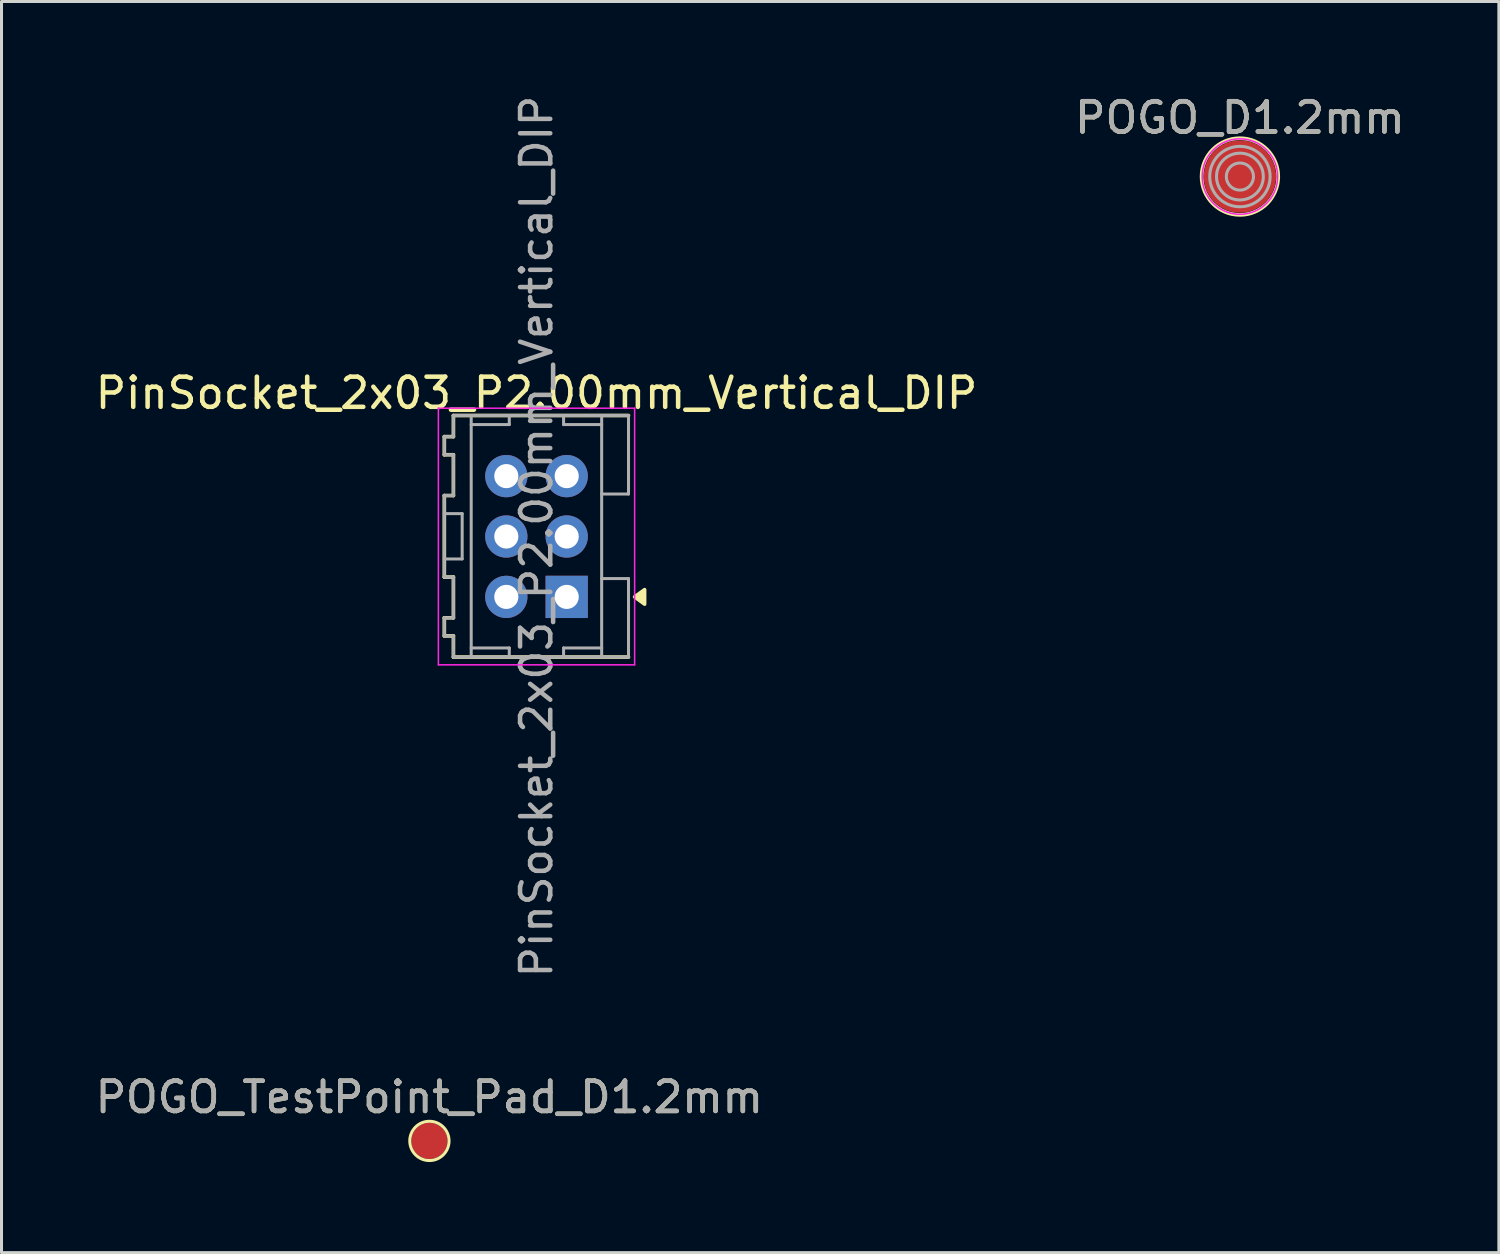
<source format=kicad_pcb>
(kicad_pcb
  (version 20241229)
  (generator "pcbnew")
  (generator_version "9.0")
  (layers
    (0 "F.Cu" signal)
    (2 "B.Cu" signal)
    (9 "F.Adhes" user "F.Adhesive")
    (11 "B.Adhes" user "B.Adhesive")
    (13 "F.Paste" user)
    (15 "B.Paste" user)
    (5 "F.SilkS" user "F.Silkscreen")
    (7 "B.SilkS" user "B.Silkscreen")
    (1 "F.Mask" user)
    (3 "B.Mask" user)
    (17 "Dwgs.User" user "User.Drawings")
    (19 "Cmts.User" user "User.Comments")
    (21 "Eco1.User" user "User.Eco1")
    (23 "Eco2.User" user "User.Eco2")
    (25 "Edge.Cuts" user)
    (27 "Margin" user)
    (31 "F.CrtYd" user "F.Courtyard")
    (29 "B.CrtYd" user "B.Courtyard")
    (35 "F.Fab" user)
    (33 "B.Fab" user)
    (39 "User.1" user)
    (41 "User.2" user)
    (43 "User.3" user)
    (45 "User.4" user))
  (footprint "POGO_D1.2mm"
    (layer "F.Cu")
    (at 38.018 2.798)
    (property "Reference" "POGO_D1.2mm" (at 0 -1.948 0) (layer "F.SilkS") (effects (font (size 1 1) (thickness 0.15))))
    (attr through_hole exclude_from_pos_files exclude_from_bom allow_missing_courtyard)
    (fp_circle (center 0 0) (end 1.27 0) (stroke (width 0.12) (type solid)) (fill no) (layer "F.SilkS"))
    (fp_circle (center 0 0) (end 1.25 0) (stroke (width 0.05) (type default)) (fill no) (layer "F.CrtYd"))
    (fp_circle (center 0 0) (end 0.45 0) (stroke (width 0.1) (type default)) (fill no) (layer "F.Fab"))
    (fp_circle (center 0 0) (end 0.775 0) (stroke (width 0.1) (type default)) (fill no) (layer "F.Fab"))
    (fp_circle (center 0 0) (end 1 0) (stroke (width 0.1) (type default)) (fill no) (layer "F.Fab"))
    (fp_text user "${REFERENCE}" (at 0 -1.95 0) (layer "F.Fab") (effects (font (size 1 1) (thickness 0.15))))
    (pad "1" smd custom (at 0 0) (size 2.4 2.4) (layers "F.Cu" "F.Mask") (options (anchor circle)) (primitives)))
  (footprint "PinSocket_2x03_P2.00mm_Vertical_DIP"
    (layer "F.Cu")
    (at 14.72 14.72)
    (property "Reference" "PinSocket_2x03_P2.00mm_Vertical_DIP" (at 0 -4.75 0) (layer "F.SilkS") (effects (font (size 1 1) (thickness 0.15))))
    (attr through_hole)
    (fp_line (start -3.053 -3.308) (end -3.053 -2.708) (stroke (width 0.12) (type default)) (layer "F.SilkS"))
    (fp_line (start -3.053 -2.708) (end -2.752 -2.708) (stroke (width 0.12) (type default)) (layer "F.SilkS"))
    (fp_line (start -3.053 -1.357) (end -3.053 1.343) (stroke (width 0.12) (type default)) (layer "F.SilkS"))
    (fp_line (start -3.053 1.343) (end -2.752 1.343) (stroke (width 0.12) (type default)) (layer "F.SilkS"))
    (fp_line (start -3.053 2.692) (end -3.053 3.292) (stroke (width 0.12) (type default)) (layer "F.SilkS"))
    (fp_line (start -3.053 3.292) (end -2.752 3.292) (stroke (width 0.12) (type default)) (layer "F.SilkS"))
    (fp_line (start -2.752 -4.008) (end -2.752 -3.308) (stroke (width 0.12) (type default)) (layer "F.SilkS"))
    (fp_line (start -2.752 -3.308) (end -3.053 -3.308) (stroke (width 0.12) (type default)) (layer "F.SilkS"))
    (fp_line (start -2.752 -2.708) (end -2.752 -1.357) (stroke (width 0.12) (type default)) (layer "F.SilkS"))
    (fp_line (start -2.752 -1.357) (end -3.053 -1.357) (stroke (width 0.12) (type default)) (layer "F.SilkS"))
    (fp_line (start -2.752 1.343) (end -2.752 2.692) (stroke (width 0.12) (type default)) (layer "F.SilkS"))
    (fp_line (start -2.752 2.692) (end -3.053 2.692) (stroke (width 0.12) (type default)) (layer "F.SilkS"))
    (fp_line (start -2.752 3.292) (end -2.752 3.993) (stroke (width 0.12) (type default)) (layer "F.SilkS"))
    (fp_line (start -2.752 3.993) (end 3.047 3.993) (stroke (width 0.12) (type default)) (layer "F.SilkS"))
    (fp_line (start 3.047 -4.008) (end -2.752 -4.008) (stroke (width 0.12) (type default)) (layer "F.SilkS"))
    (fp_poly (pts (xy 3.25 2) (xy 3.58 1.76) (xy 3.58 2.24) (xy 3.25 2)) (stroke (width 0.12) (type solid)) (fill yes) (layer "F.SilkS"))
    (fp_line (start -3.25 -4.25) (end 3.25 -4.25) (stroke (width 0.05) (type solid)) (layer "F.CrtYd"))
    (fp_line (start -3.25 4.25) (end -3.25 -4.25) (stroke (width 0.05) (type solid)) (layer "F.CrtYd"))
    (fp_line (start 3.25 -4.25) (end 3.25 4.25) (stroke (width 0.05) (type solid)) (layer "F.CrtYd"))
    (fp_line (start 3.25 4.25) (end -3.25 4.25) (stroke (width 0.05) (type solid)) (layer "F.CrtYd"))
    (fp_line (start -3.053 -3.308) (end -3.053 -2.708) (stroke (width 0.1) (type default)) (layer "F.Fab"))
    (fp_line (start -3.053 -2.708) (end -2.752 -2.708) (stroke (width 0.1) (type default)) (layer "F.Fab"))
    (fp_line (start -3.053 -1.357) (end -3.053 1.343) (stroke (width 0.1) (type default)) (layer "F.Fab"))
    (fp_line (start -3.053 0.743) (end -2.462 0.743) (stroke (width 0.1) (type default)) (layer "F.Fab"))
    (fp_line (start -3.053 1.343) (end -2.752 1.343) (stroke (width 0.1) (type default)) (layer "F.Fab"))
    (fp_line (start -3.053 2.692) (end -3.053 3.292) (stroke (width 0.1) (type default)) (layer "F.Fab"))
    (fp_line (start -3.053 3.292) (end -2.752 3.292) (stroke (width 0.1) (type default)) (layer "F.Fab"))
    (fp_line (start -2.752 -4.008) (end -2.752 -3.308) (stroke (width 0.1) (type default)) (layer "F.Fab"))
    (fp_line (start -2.752 -3.308) (end -3.053 -3.308) (stroke (width 0.1) (type default)) (layer "F.Fab"))
    (fp_line (start -2.752 -2.708) (end -2.752 -1.357) (stroke (width 0.1) (type default)) (layer "F.Fab"))
    (fp_line (start -2.752 -1.357) (end -3.053 -1.357) (stroke (width 0.1) (type default)) (layer "F.Fab"))
    (fp_line (start -2.752 1.343) (end -2.752 2.692) (stroke (width 0.1) (type default)) (layer "F.Fab"))
    (fp_line (start -2.752 2.692) (end -3.053 2.692) (stroke (width 0.1) (type default)) (layer "F.Fab"))
    (fp_line (start -2.752 3.292) (end -2.752 3.993) (stroke (width 0.1) (type default)) (layer "F.Fab"))
    (fp_line (start -2.752 3.993) (end 3.047 3.993) (stroke (width 0.1) (type default)) (layer "F.Fab"))
    (fp_line (start -2.462 -0.757) (end -3.053 -0.757) (stroke (width 0.1) (type default)) (layer "F.Fab"))
    (fp_line (start -2.462 -0.757) (end -2.462 0.743) (stroke (width 0.1) (type default)) (layer "F.Fab"))
    (fp_line (start -2.163 -4.008) (end -2.163 3.993) (stroke (width 0.1) (type default)) (layer "F.Fab"))
    (fp_line (start -2.163 -3.708) (end -0.902 -3.708) (stroke (width 0.1) (type default)) (layer "F.Fab"))
    (fp_line (start -2.163 3.692) (end -0.902 3.692) (stroke (width 0.1) (type default)) (layer "F.Fab"))
    (fp_line (start -0.902 -3.708) (end -0.902 -4.008) (stroke (width 0.1) (type default)) (layer "F.Fab"))
    (fp_line (start -0.902 3.692) (end -0.902 3.993) (stroke (width 0.1) (type default)) (layer "F.Fab"))
    (fp_line (start 0.897 -4.008) (end 0.897 -3.708) (stroke (width 0.1) (type default)) (layer "F.Fab"))
    (fp_line (start 0.897 -3.708) (end 2.158 -3.708) (stroke (width 0.1) (type default)) (layer "F.Fab"))
    (fp_line (start 0.897 3.692) (end 0.897 3.993) (stroke (width 0.1) (type default)) (layer "F.Fab"))
    (fp_line (start 2.158 -4.008) (end 2.158 3.993) (stroke (width 0.1) (type default)) (layer "F.Fab"))
    (fp_line (start 2.158 -1.407) (end 3.047 -1.407) (stroke (width 0.1) (type default)) (layer "F.Fab"))
    (fp_line (start 2.158 3.692) (end 0.897 3.692) (stroke (width 0.1) (type default)) (layer "F.Fab"))
    (fp_line (start 3.047 -4.008) (end -2.752 -4.008) (stroke (width 0.1) (type default)) (layer "F.Fab"))
    (fp_line (start 3.047 -1.407) (end 3.047 -4.008) (stroke (width 0.1) (type default)) (layer "F.Fab"))
    (fp_line (start 3.047 1.393) (end 2.158 1.393) (stroke (width 0.1) (type default)) (layer "F.Fab"))
    (fp_line (start 3.047 3.993) (end 3.047 1.393) (stroke (width 0.1) (type default)) (layer "F.Fab"))
    (fp_text user "${REFERENCE}" (at 0 0 90) (layer "F.Fab") (effects (font (size 1 1) (thickness 0.15))))
    (pad "1" thru_hole rect (at 1 2 180) (size 1.4 1.4) (drill 0.8) (layers "*.Cu" "*.Mask"))
    (pad "2" thru_hole circle (at -1 2 180) (size 1.4 1.4) (drill 0.8) (layers "*.Cu" "*.Mask"))
    (pad "3" thru_hole circle (at 1 0 180) (size 1.4 1.4) (drill 0.8) (layers "*.Cu" "*.Mask"))
    (pad "4" thru_hole circle (at -1 0 180) (size 1.4 1.4) (drill 0.8) (layers "*.Cu" "*.Mask"))
    (pad "5" thru_hole circle (at 1 -2 180) (size 1.4 1.4) (drill 0.8) (layers "*.Cu" "*.Mask"))
    (pad "6" thru_hole circle (at -1 -2 180) (size 1.4 1.4) (drill 0.8) (layers "*.Cu" "*.Mask")))
  (footprint "POGO_TestPoint_Pad_D1.2mm"
    (layer "F.Cu")
    (at 11.173 34.739)
    (property "Reference" "POGO_TestPoint_Pad_D1.2mm" (at 0 -1.448 0) (layer "F.SilkS") (effects (font (size 1 1) (thickness 0.15))))
    (attr smd exclude_from_pos_files exclude_from_bom allow_missing_courtyard)
    (fp_circle (center 0 0) (end 0.65 0) (stroke (width 0.1) (type solid)) (fill no) (layer "F.SilkS"))
    (fp_text user "${REFERENCE}" (at 0 -1.45 0) (layer "F.Fab") (effects (font (size 1 1) (thickness 0.15))))
    (pad "1" smd circle (at 0 0) (size 1.2 1.2) (layers "F.Cu" "F.Mask")))
  (gr_rect
    (start -3 -3)
    (end 46.595 38.439)
    (stroke (width 0.1) (type default))
    (fill no)
    (layer "Edge.Cuts")))
</source>
